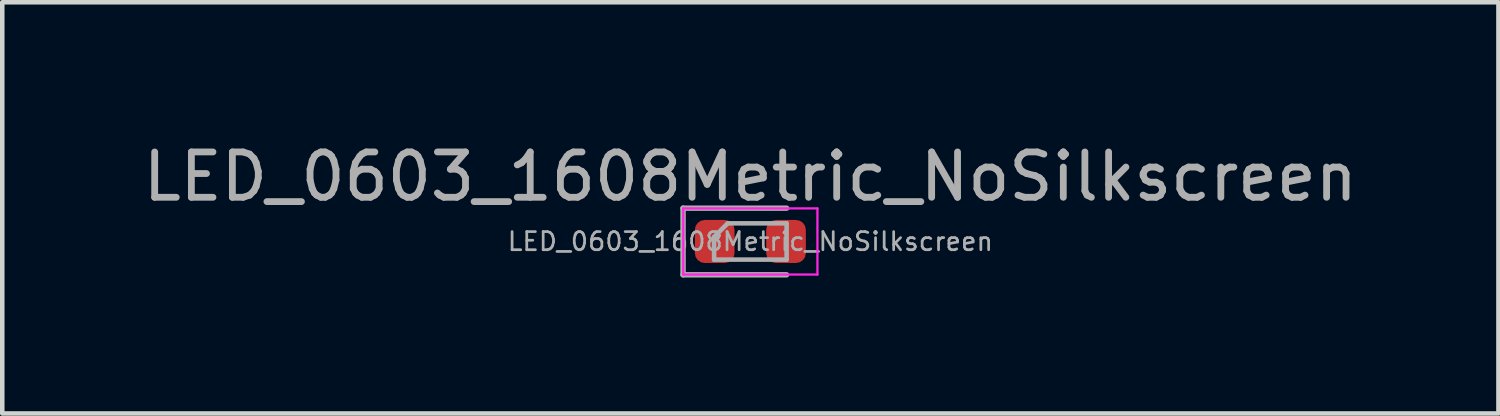
<source format=kicad_pcb>
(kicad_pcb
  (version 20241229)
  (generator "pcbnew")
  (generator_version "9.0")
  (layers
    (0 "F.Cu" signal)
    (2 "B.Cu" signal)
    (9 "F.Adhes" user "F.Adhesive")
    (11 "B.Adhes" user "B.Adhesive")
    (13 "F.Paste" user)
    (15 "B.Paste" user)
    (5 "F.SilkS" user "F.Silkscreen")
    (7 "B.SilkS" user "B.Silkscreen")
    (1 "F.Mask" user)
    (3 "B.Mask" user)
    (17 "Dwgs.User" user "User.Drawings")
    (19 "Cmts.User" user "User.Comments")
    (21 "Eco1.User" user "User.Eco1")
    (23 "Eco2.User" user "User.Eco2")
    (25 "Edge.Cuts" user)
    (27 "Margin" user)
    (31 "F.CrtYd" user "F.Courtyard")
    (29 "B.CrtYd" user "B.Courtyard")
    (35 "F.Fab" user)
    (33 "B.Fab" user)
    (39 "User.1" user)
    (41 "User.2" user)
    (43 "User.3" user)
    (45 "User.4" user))
  (footprint "LED_0603_1608Metric_NoSilkscreen"
    (layer "F.Cu")
    (at 13.506 2.278)
    (property "Reference" "LED_0603_1608Metric_NoSilkscreen" (at 0 -1.43 0) (layer "F.Fab") (effects (font (size 1 1) (thickness 0.15))))
    (attr smd)
    (fp_line (start -1.48 -0.73) (end 1.48 -0.73) (stroke (width 0.05) (type solid)) (layer "F.CrtYd"))
    (fp_line (start -1.48 0.73) (end -1.48 -0.73) (stroke (width 0.05) (type solid)) (layer "F.CrtYd"))
    (fp_line (start 1.48 -0.73) (end 1.48 0.73) (stroke (width 0.05) (type solid)) (layer "F.CrtYd"))
    (fp_line (start 1.48 0.73) (end -1.48 0.73) (stroke (width 0.05) (type solid)) (layer "F.CrtYd"))
    (fp_line (start -1.485 -0.735) (end -1.485 0.735) (stroke (width 0.12) (type solid)) (layer "F.Fab"))
    (fp_line (start -1.485 0.735) (end 0.8 0.735) (stroke (width 0.12) (type solid)) (layer "F.Fab"))
    (fp_line (start -0.8 -0.1) (end -0.8 0.4) (stroke (width 0.1) (type solid)) (layer "F.Fab"))
    (fp_line (start -0.8 0.4) (end 0.8 0.4) (stroke (width 0.1) (type solid)) (layer "F.Fab"))
    (fp_line (start -0.5 -0.4) (end -0.8 -0.1) (stroke (width 0.1) (type solid)) (layer "F.Fab"))
    (fp_line (start 0.8 -0.735) (end -1.485 -0.735) (stroke (width 0.12) (type solid)) (layer "F.Fab"))
    (fp_line (start 0.8 -0.4) (end -0.5 -0.4) (stroke (width 0.1) (type solid)) (layer "F.Fab"))
    (fp_line (start 0.8 0.4) (end 0.8 -0.4) (stroke (width 0.1) (type solid)) (layer "F.Fab"))
    (fp_text user "${REFERENCE}" (at 0 0 0) (layer "F.Fab") (effects (font (size 0.4 0.4) (thickness 0.06))))
    (pad "1" smd roundrect (at -0.787 0) (size 0.875 0.95) (layers "F.Cu" "F.Mask" "F.Paste") (roundrect_rratio 0.25))
    (pad "2" smd roundrect (at 0.787 0) (size 0.875 0.95) (layers "F.Cu" "F.Mask" "F.Paste") (roundrect_rratio 0.25)))
  (gr_rect
    (start -3 -3)
    (end 30.012 6.073)
    (stroke (width 0.1) (type default))
    (fill no)
    (layer "Edge.Cuts")))
</source>
